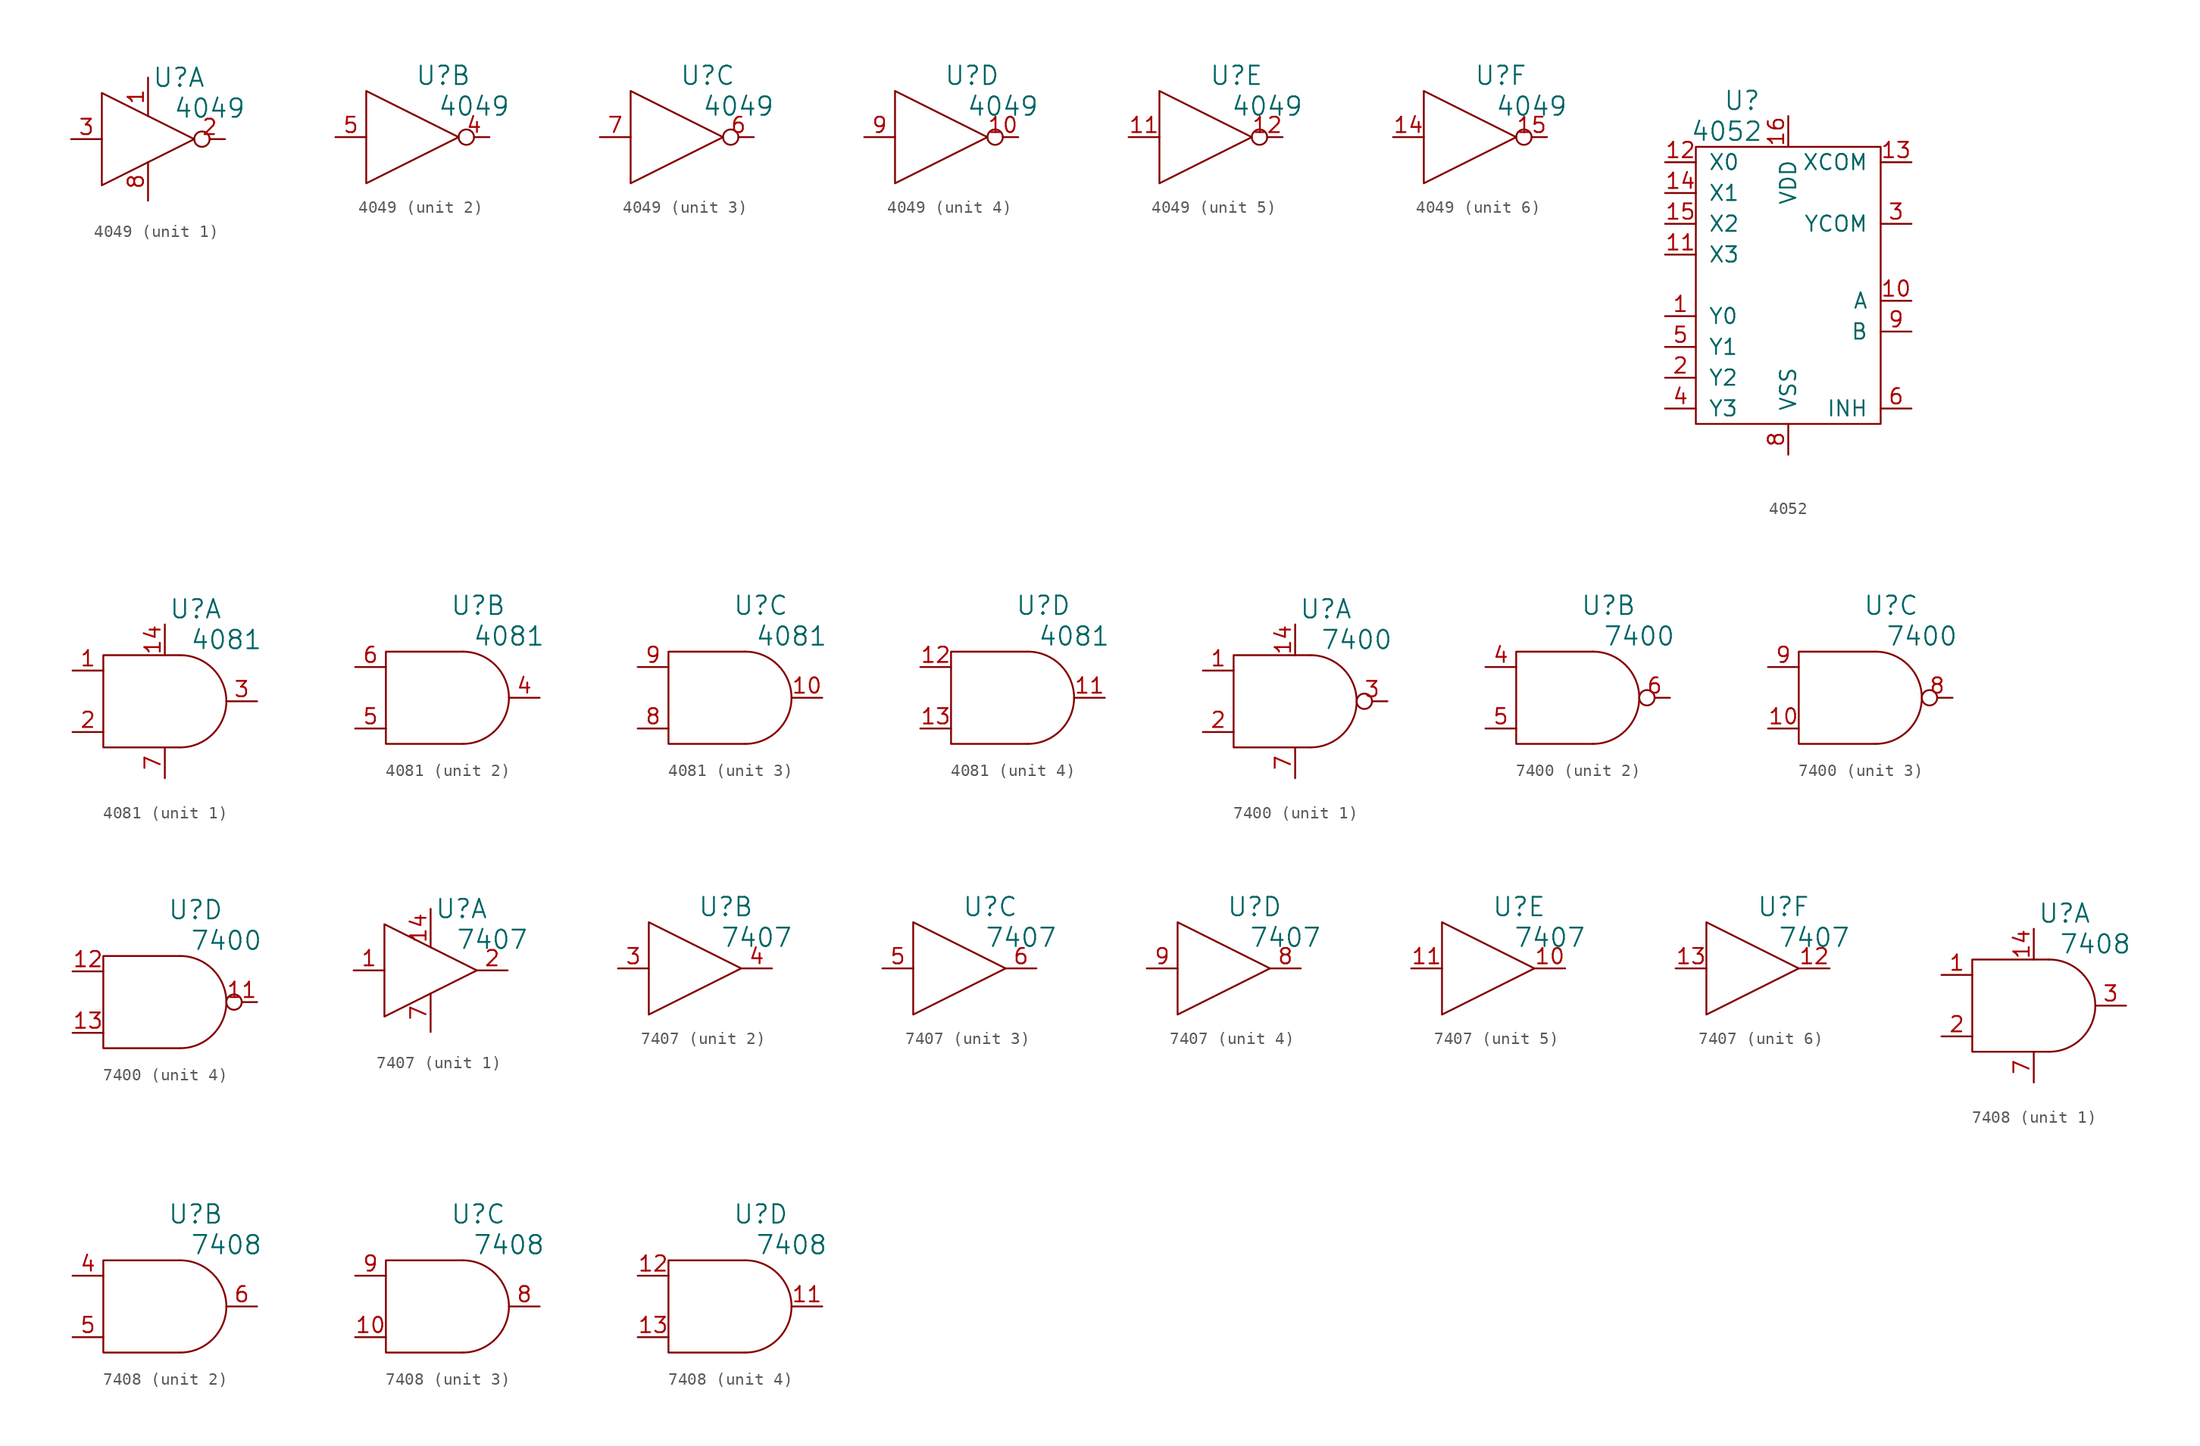
<source format=kicad_sym>
(kicad_symbol_lib
  (version 20220914)
  (generator kicad_symbol_editor)
  (symbol "4049"
    (pin_names
      (offset 1.016) hide)
    (property "Reference" "U"
      (at 2.54 5.08 0)
      (effects (font (size 1.524 1.524))))
    (property "Value" "4049"
      (at 5.08 2.54 0)
      (effects (font (size 1.524 1.524))))
    (property "Footprint" ""
      (at 0 0 0)
      (effects (font (size 1.524 1.524))))
    (property "Datasheet" ""
      (at 0 0 0)
      (effects (font (size 1.524 1.524))))
    (symbol "4049_0_1"
      (polyline (pts (xy -3.81 3.81) (xy -3.81 -3.81) (xy 3.81 0) (xy -3.81 3.81) (xy -3.81 3.81)) (stroke (width 0) (type solid)) (fill (type none))))
    (symbol "4049_1_1"
      (pin passive line (at 0 5.08 270) (length 3.175) (name "VDD" (effects (font (size 1.27 1.27)))) (number "1" (effects (font (size 1.27 1.27)))))
      (pin passive inverted (at 6.35 0 180) (length 2.54) (name "6Y" (effects (font (size 1.27 1.27)))) (number "2" (effects (font (size 1.27 1.27)))))
      (pin passive line (at -6.35 0 0) (length 2.54) (name "6A" (effects (font (size 1.27 1.27)))) (number "3" (effects (font (size 1.27 1.27)))))
      (pin passive line (at 0 -5.08 90) (length 3.175) (name "VSS" (effects (font (size 1.27 1.27)))) (number "8" (effects (font (size 1.27 1.27))))))
    (symbol "4049_2_1"
      (pin passive inverted (at 6.35 0 180) (length 2.54) (name "6Y" (effects (font (size 1.27 1.27)))) (number "4" (effects (font (size 1.27 1.27)))))
      (pin passive line (at -6.35 0 0) (length 2.54) (name "6A" (effects (font (size 1.27 1.27)))) (number "5" (effects (font (size 1.27 1.27))))))
    (symbol "4049_3_1"
      (pin passive inverted (at 6.35 0 180) (length 2.54) (name "6Y" (effects (font (size 1.27 1.27)))) (number "6" (effects (font (size 1.27 1.27)))))
      (pin passive line (at -6.35 0 0) (length 2.54) (name "6A" (effects (font (size 1.27 1.27)))) (number "7" (effects (font (size 1.27 1.27))))))
    (symbol "4049_4_1"
      (pin passive inverted (at 6.35 0 180) (length 2.54) (name "6Y" (effects (font (size 1.27 1.27)))) (number "10" (effects (font (size 1.27 1.27)))))
      (pin passive line (at -6.35 0 0) (length 2.54) (name "6A" (effects (font (size 1.27 1.27)))) (number "9" (effects (font (size 1.27 1.27))))))
    (symbol "4049_5_1"
      (pin passive line (at -6.35 0 0) (length 2.54) (name "6A" (effects (font (size 1.27 1.27)))) (number "11" (effects (font (size 1.27 1.27)))))
      (pin passive inverted (at 6.35 0 180) (length 2.54) (name "6Y" (effects (font (size 1.27 1.27)))) (number "12" (effects (font (size 1.27 1.27))))))
    (symbol "4049_6_1"
      (pin passive line (at -6.35 0 0) (length 2.54) (name "6A" (effects (font (size 1.27 1.27)))) (number "14" (effects (font (size 1.27 1.27)))))
      (pin passive inverted (at 6.35 0 180) (length 2.54) (name "6Y" (effects (font (size 1.27 1.27)))) (number "15" (effects (font (size 1.27 1.27)))))))
  (symbol "4052"
    (pin_names
      (offset 1.016))
    (property "Reference" "U"
      (at -3.81 15.24 0)
      (effects (font (size 1.524 1.524))))
    (property "Value" "4052"
      (at -5.08 12.7 0)
      (effects (font (size 1.524 1.524))))
    (property "Footprint" ""
      (at 0 0 0)
      (effects (font (size 1.524 1.524))))
    (property "Datasheet" ""
      (at 0 0 0)
      (effects (font (size 1.524 1.524))))
    (symbol "4052_0_1"
      (rectangle (start 7.62 11.43) (end -7.62 -11.43) (stroke (width 0) (type solid)) (fill (type none))))
    (symbol "4052_1_1"
      (pin passive line (at -10.16 -2.54 0) (length 2.54) (name "Y0" (effects (font (size 1.27 1.27)))) (number "1" (effects (font (size 1.27 1.27)))))
      (pin passive line (at 10.16 -1.27 180) (length 2.54) (name "A" (effects (font (size 1.27 1.27)))) (number "10" (effects (font (size 1.27 1.27)))))
      (pin passive line (at -10.16 2.54 0) (length 2.54) (name "X3" (effects (font (size 1.27 1.27)))) (number "11" (effects (font (size 1.27 1.27)))))
      (pin passive line (at -10.16 10.16 0) (length 2.54) (name "X0" (effects (font (size 1.27 1.27)))) (number "12" (effects (font (size 1.27 1.27)))))
      (pin passive line (at 10.16 10.16 180) (length 2.54) (name "XCOM" (effects (font (size 1.27 1.27)))) (number "13" (effects (font (size 1.27 1.27)))))
      (pin passive line (at -10.16 7.62 0) (length 2.54) (name "X1" (effects (font (size 1.27 1.27)))) (number "14" (effects (font (size 1.27 1.27)))))
      (pin passive line (at -10.16 5.08 0) (length 2.54) (name "X2" (effects (font (size 1.27 1.27)))) (number "15" (effects (font (size 1.27 1.27)))))
      (pin passive line (at 0 13.97 270) (length 2.54) (name "VDD" (effects (font (size 1.27 1.27)))) (number "16" (effects (font (size 1.27 1.27)))))
      (pin passive line (at -10.16 -7.62 0) (length 2.54) (name "Y2" (effects (font (size 1.27 1.27)))) (number "2" (effects (font (size 1.27 1.27)))))
      (pin passive line (at 10.16 5.08 180) (length 2.54) (name "YCOM" (effects (font (size 1.27 1.27)))) (number "3" (effects (font (size 1.27 1.27)))))
      (pin passive line (at -10.16 -10.16 0) (length 2.54) (name "Y3" (effects (font (size 1.27 1.27)))) (number "4" (effects (font (size 1.27 1.27)))))
      (pin passive line (at -10.16 -5.08 0) (length 2.54) (name "Y1" (effects (font (size 1.27 1.27)))) (number "5" (effects (font (size 1.27 1.27)))))
      (pin passive line (at 10.16 -10.16 180) (length 2.54) (name "INH" (effects (font (size 1.27 1.27)))) (number "6" (effects (font (size 1.27 1.27)))))
      (pin passive line (at 0 -13.97 90) (length 2.54) (name "VSS" (effects (font (size 1.27 1.27)))) (number "8" (effects (font (size 1.27 1.27)))))
      (pin passive line (at 10.16 -3.81 180) (length 2.54) (name "B" (effects (font (size 1.27 1.27)))) (number "9" (effects (font (size 1.27 1.27)))))))
  (symbol "4081"
    (pin_names
      (offset 1.016) hide)
    (property "Reference" "U"
      (at 2.54 7.62 0)
      (effects (font (size 1.524 1.524))))
    (property "Value" "4081"
      (at 5.08 5.08 0)
      (effects (font (size 1.524 1.524))))
    (property "Footprint" ""
      (at 0 0 0)
      (effects (font (size 1.524 1.524))))
    (property "Datasheet" ""
      (at 0 0 0)
      (effects (font (size 1.524 1.524))))
    (symbol "4081_0_1"
      (polyline (pts (xy 1.27 3.81) (xy -5.08 3.81) (xy -5.08 -3.81) (xy 1.27 -3.81) (xy 1.27 -3.81)) (stroke (width 0) (type solid)) (fill (type none)))
      (arc (start 1.27 -3.81) (mid 5.0634 0) (end 1.27 3.81) (stroke (width 0) (type solid)) (fill (type none))))
    (symbol "4081_1_1"
      (pin passive line (at -7.62 2.54 0) (length 2.54) (name "4A" (effects (font (size 1.27 1.27)))) (number "1" (effects (font (size 1.27 1.27)))))
      (pin passive line (at 0 6.35 270) (length 2.54) (name "VDD" (effects (font (size 1.27 1.27)))) (number "14" (effects (font (size 1.27 1.27)))))
      (pin passive line (at -7.62 -2.54 0) (length 2.54) (name "4B" (effects (font (size 1.27 1.27)))) (number "2" (effects (font (size 1.27 1.27)))))
      (pin passive line (at 7.62 0 180) (length 2.54) (name "4Y" (effects (font (size 1.27 1.27)))) (number "3" (effects (font (size 1.27 1.27)))))
      (pin passive line (at 0 -6.35 90) (length 2.54) (name "VSS" (effects (font (size 1.27 1.27)))) (number "7" (effects (font (size 1.27 1.27))))))
    (symbol "4081_2_1"
      (pin passive line (at 7.62 0 180) (length 2.54) (name "4Y" (effects (font (size 1.27 1.27)))) (number "4" (effects (font (size 1.27 1.27)))))
      (pin passive line (at -7.62 -2.54 0) (length 2.54) (name "4B" (effects (font (size 1.27 1.27)))) (number "5" (effects (font (size 1.27 1.27)))))
      (pin passive line (at -7.62 2.54 0) (length 2.54) (name "4A" (effects (font (size 1.27 1.27)))) (number "6" (effects (font (size 1.27 1.27))))))
    (symbol "4081_3_1"
      (pin passive line (at 7.62 0 180) (length 2.54) (name "4Y" (effects (font (size 1.27 1.27)))) (number "10" (effects (font (size 1.27 1.27)))))
      (pin passive line (at -7.62 -2.54 0) (length 2.54) (name "4B" (effects (font (size 1.27 1.27)))) (number "8" (effects (font (size 1.27 1.27)))))
      (pin passive line (at -7.62 2.54 0) (length 2.54) (name "4A" (effects (font (size 1.27 1.27)))) (number "9" (effects (font (size 1.27 1.27))))))
    (symbol "4081_4_1"
      (pin passive line (at 7.62 0 180) (length 2.54) (name "4Y" (effects (font (size 1.27 1.27)))) (number "11" (effects (font (size 1.27 1.27)))))
      (pin passive line (at -7.62 2.54 0) (length 2.54) (name "4A" (effects (font (size 1.27 1.27)))) (number "12" (effects (font (size 1.27 1.27)))))
      (pin passive line (at -7.62 -2.54 0) (length 2.54) (name "4B" (effects (font (size 1.27 1.27)))) (number "13" (effects (font (size 1.27 1.27)))))))
  (symbol "7400"
    (pin_names
      (offset 1.016) hide)
    (property "Reference" "U"
      (at 2.54 7.62 0)
      (effects (font (size 1.524 1.524))))
    (property "Value" "7400"
      (at 5.08 5.08 0)
      (effects (font (size 1.524 1.524))))
    (property "Footprint" ""
      (at 0 0 0)
      (effects (font (size 1.524 1.524))))
    (property "Datasheet" ""
      (at 0 0 0)
      (effects (font (size 1.524 1.524))))
    (symbol "7400_0_1"
      (polyline (pts (xy 1.27 3.81) (xy -5.08 3.81) (xy -5.08 -3.81) (xy 1.27 -3.81) (xy 1.27 -3.81)) (stroke (width 0) (type solid)) (fill (type none)))
      (arc (start 1.27 -3.81) (mid 5.0634 0) (end 1.27 3.81) (stroke (width 0) (type solid)) (fill (type none))))
    (symbol "7400_1_1"
      (pin passive line (at -7.62 2.54 0) (length 2.54) (name "1A" (effects (font (size 1.27 1.27)))) (number "1" (effects (font (size 1.27 1.27)))))
      (pin passive line (at 0 6.35 270) (length 2.54) (name "VDD" (effects (font (size 1.27 1.27)))) (number "14" (effects (font (size 1.27 1.27)))))
      (pin passive line (at -7.62 -2.54 0) (length 2.54) (name "1B" (effects (font (size 1.27 1.27)))) (number "2" (effects (font (size 1.27 1.27)))))
      (pin passive inverted (at 7.62 0 180) (length 2.54) (name "1Y" (effects (font (size 1.27 1.27)))) (number "3" (effects (font (size 1.27 1.27)))))
      (pin passive line (at 0 -6.35 90) (length 2.54) (name "VSS" (effects (font (size 1.27 1.27)))) (number "7" (effects (font (size 1.27 1.27))))))
    (symbol "7400_2_1"
      (pin passive line (at -7.62 2.54 0) (length 2.54) (name "2A" (effects (font (size 1.27 1.27)))) (number "4" (effects (font (size 1.27 1.27)))))
      (pin passive line (at -7.62 -2.54 0) (length 2.54) (name "2B" (effects (font (size 1.27 1.27)))) (number "5" (effects (font (size 1.27 1.27)))))
      (pin passive inverted (at 7.62 0 180) (length 2.54) (name "2Y" (effects (font (size 1.27 1.27)))) (number "6" (effects (font (size 1.27 1.27))))))
    (symbol "7400_3_1"
      (pin passive line (at -7.62 -2.54 0) (length 2.54) (name "3B" (effects (font (size 1.27 1.27)))) (number "10" (effects (font (size 1.27 1.27)))))
      (pin passive inverted (at 7.62 0 180) (length 2.54) (name "3Y" (effects (font (size 1.27 1.27)))) (number "8" (effects (font (size 1.27 1.27)))))
      (pin passive line (at -7.62 2.54 0) (length 2.54) (name "3A" (effects (font (size 1.27 1.27)))) (number "9" (effects (font (size 1.27 1.27))))))
    (symbol "7400_4_1"
      (pin passive inverted (at 7.62 0 180) (length 2.54) (name "4Y" (effects (font (size 1.27 1.27)))) (number "11" (effects (font (size 1.27 1.27)))))
      (pin passive line (at -7.62 2.54 0) (length 2.54) (name "4A" (effects (font (size 1.27 1.27)))) (number "12" (effects (font (size 1.27 1.27)))))
      (pin passive line (at -7.62 -2.54 0) (length 2.54) (name "4B" (effects (font (size 1.27 1.27)))) (number "13" (effects (font (size 1.27 1.27)))))))
  (symbol "7407"
    (pin_names
      (offset 1.016) hide)
    (property "Reference" "U"
      (at 2.54 5.08 0)
      (effects (font (size 1.524 1.524))))
    (property "Value" "7407"
      (at 5.08 2.54 0)
      (effects (font (size 1.524 1.524))))
    (property "Footprint" ""
      (at 0 0 0)
      (effects (font (size 1.524 1.524))))
    (property "Datasheet" ""
      (at 0 0 0)
      (effects (font (size 1.524 1.524))))
    (symbol "7407_0_1"
      (polyline (pts (xy -3.81 3.81) (xy -3.81 -3.81) (xy 3.81 0) (xy -3.81 3.81) (xy -3.81 3.81)) (stroke (width 0) (type solid)) (fill (type none))))
    (symbol "7407_1_1"
      (pin passive line (at -6.35 0 0) (length 2.54) (name "1A" (effects (font (size 1.27 1.27)))) (number "1" (effects (font (size 1.27 1.27)))))
      (pin passive line (at 0 5.08 270) (length 3.175) (name "VDD" (effects (font (size 1.27 1.27)))) (number "14" (effects (font (size 1.27 1.27)))))
      (pin passive line (at 6.35 0 180) (length 2.54) (name "1Y" (effects (font (size 1.27 1.27)))) (number "2" (effects (font (size 1.27 1.27)))))
      (pin passive line (at 0 -5.08 90) (length 3.175) (name "VSS" (effects (font (size 1.27 1.27)))) (number "7" (effects (font (size 1.27 1.27))))))
    (symbol "7407_2_1"
      (pin passive line (at -6.35 0 0) (length 2.54) (name "2A" (effects (font (size 1.27 1.27)))) (number "3" (effects (font (size 1.27 1.27)))))
      (pin passive line (at 6.35 0 180) (length 2.54) (name "1Y" (effects (font (size 1.27 1.27)))) (number "4" (effects (font (size 1.27 1.27))))))
    (symbol "7407_3_1"
      (pin passive line (at -6.35 0 0) (length 2.54) (name "3A" (effects (font (size 1.27 1.27)))) (number "5" (effects (font (size 1.27 1.27)))))
      (pin passive line (at 6.35 0 180) (length 2.54) (name "1Y" (effects (font (size 1.27 1.27)))) (number "6" (effects (font (size 1.27 1.27))))))
    (symbol "7407_4_1"
      (pin passive line (at 6.35 0 180) (length 2.54) (name "1Y" (effects (font (size 1.27 1.27)))) (number "8" (effects (font (size 1.27 1.27)))))
      (pin passive line (at -6.35 0 0) (length 2.54) (name "4A" (effects (font (size 1.27 1.27)))) (number "9" (effects (font (size 1.27 1.27))))))
    (symbol "7407_5_1"
      (pin passive line (at 6.35 0 180) (length 2.54) (name "1Y" (effects (font (size 1.27 1.27)))) (number "10" (effects (font (size 1.27 1.27)))))
      (pin passive line (at -6.35 0 0) (length 2.54) (name "5A" (effects (font (size 1.27 1.27)))) (number "11" (effects (font (size 1.27 1.27))))))
    (symbol "7407_6_1"
      (pin passive line (at 6.35 0 180) (length 2.54) (name "1Y" (effects (font (size 1.27 1.27)))) (number "12" (effects (font (size 1.27 1.27)))))
      (pin passive line (at -6.35 0 0) (length 2.54) (name "6A" (effects (font (size 1.27 1.27)))) (number "13" (effects (font (size 1.27 1.27)))))))
  (symbol "7408"
    (pin_names
      (offset 1.016) hide)
    (property "Reference" "U"
      (at 2.54 7.62 0)
      (effects (font (size 1.524 1.524))))
    (property "Value" "7408"
      (at 5.08 5.08 0)
      (effects (font (size 1.524 1.524))))
    (property "Footprint" ""
      (at 0 0 0)
      (effects (font (size 1.524 1.524))))
    (property "Datasheet" ""
      (at 0 0 0)
      (effects (font (size 1.524 1.524))))
    (symbol "7408_0_1"
      (polyline (pts (xy 1.27 3.81) (xy -5.08 3.81) (xy -5.08 -3.81) (xy 1.27 -3.81) (xy 1.27 -3.81)) (stroke (width 0) (type solid)) (fill (type none)))
      (arc (start 1.27 -3.81) (mid 5.0634 0) (end 1.27 3.81) (stroke (width 0) (type solid)) (fill (type none))))
    (symbol "7408_1_1"
      (pin passive line (at -7.62 2.54 0) (length 2.54) (name "1A" (effects (font (size 1.27 1.27)))) (number "1" (effects (font (size 1.27 1.27)))))
      (pin passive line (at 0 6.35 270) (length 2.54) (name "VDD" (effects (font (size 1.27 1.27)))) (number "14" (effects (font (size 1.27 1.27)))))
      (pin passive line (at -7.62 -2.54 0) (length 2.54) (name "1B" (effects (font (size 1.27 1.27)))) (number "2" (effects (font (size 1.27 1.27)))))
      (pin passive line (at 7.62 0 180) (length 2.54) (name "1Y" (effects (font (size 1.27 1.27)))) (number "3" (effects (font (size 1.27 1.27)))))
      (pin passive line (at 0 -6.35 90) (length 2.54) (name "VSS" (effects (font (size 1.27 1.27)))) (number "7" (effects (font (size 1.27 1.27))))))
    (symbol "7408_2_1"
      (pin passive line (at -7.62 2.54 0) (length 2.54) (name "2A" (effects (font (size 1.27 1.27)))) (number "4" (effects (font (size 1.27 1.27)))))
      (pin passive line (at -7.62 -2.54 0) (length 2.54) (name "2B" (effects (font (size 1.27 1.27)))) (number "5" (effects (font (size 1.27 1.27)))))
      (pin passive line (at 7.62 0 180) (length 2.54) (name "2Y" (effects (font (size 1.27 1.27)))) (number "6" (effects (font (size 1.27 1.27))))))
    (symbol "7408_3_1"
      (pin passive line (at -7.62 -2.54 0) (length 2.54) (name "3B" (effects (font (size 1.27 1.27)))) (number "10" (effects (font (size 1.27 1.27)))))
      (pin passive line (at 7.62 0 180) (length 2.54) (name "3Y" (effects (font (size 1.27 1.27)))) (number "8" (effects (font (size 1.27 1.27)))))
      (pin passive line (at -7.62 2.54 0) (length 2.54) (name "3A" (effects (font (size 1.27 1.27)))) (number "9" (effects (font (size 1.27 1.27))))))
    (symbol "7408_4_1"
      (pin passive line (at 7.62 0 180) (length 2.54) (name "4Y" (effects (font (size 1.27 1.27)))) (number "11" (effects (font (size 1.27 1.27)))))
      (pin passive line (at -7.62 2.54 0) (length 2.54) (name "4A" (effects (font (size 1.27 1.27)))) (number "12" (effects (font (size 1.27 1.27)))))
      (pin passive line (at -7.62 -2.54 0) (length 2.54) (name "4B" (effects (font (size 1.27 1.27)))) (number "13" (effects (font (size 1.27 1.27))))))))
</source>
